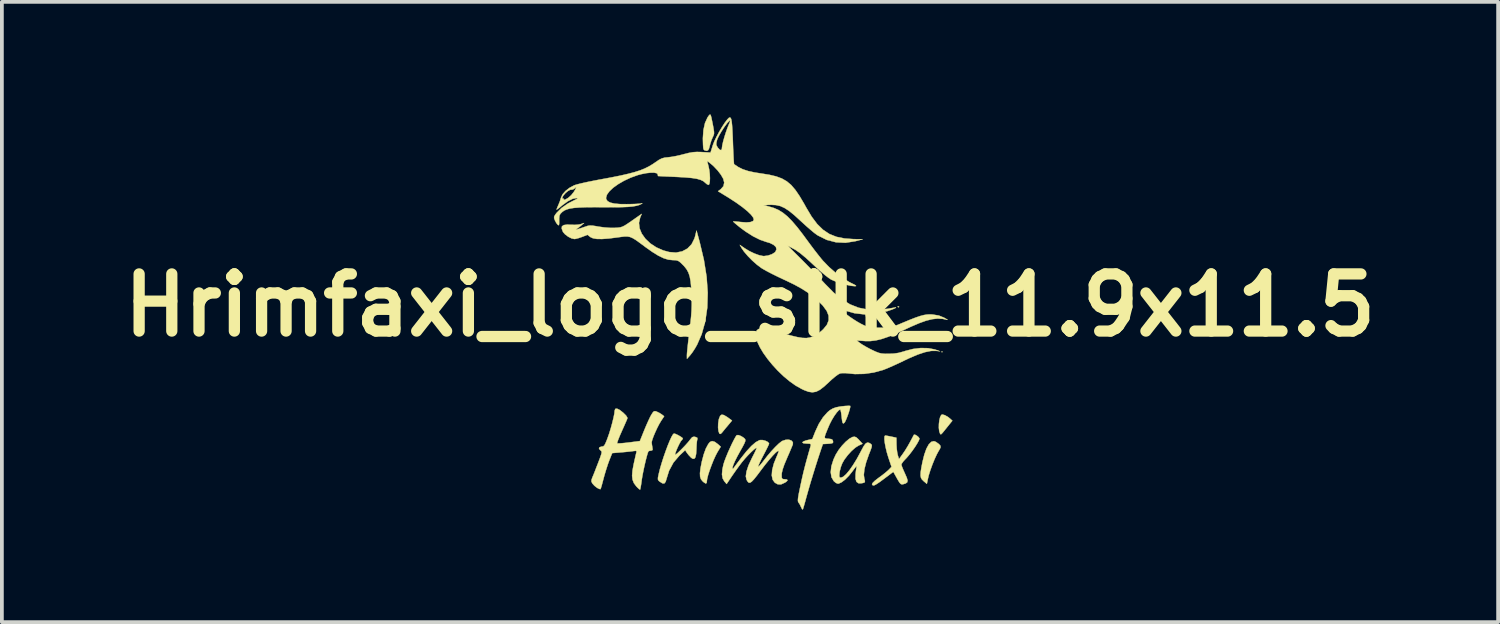
<source format=kicad_pcb>
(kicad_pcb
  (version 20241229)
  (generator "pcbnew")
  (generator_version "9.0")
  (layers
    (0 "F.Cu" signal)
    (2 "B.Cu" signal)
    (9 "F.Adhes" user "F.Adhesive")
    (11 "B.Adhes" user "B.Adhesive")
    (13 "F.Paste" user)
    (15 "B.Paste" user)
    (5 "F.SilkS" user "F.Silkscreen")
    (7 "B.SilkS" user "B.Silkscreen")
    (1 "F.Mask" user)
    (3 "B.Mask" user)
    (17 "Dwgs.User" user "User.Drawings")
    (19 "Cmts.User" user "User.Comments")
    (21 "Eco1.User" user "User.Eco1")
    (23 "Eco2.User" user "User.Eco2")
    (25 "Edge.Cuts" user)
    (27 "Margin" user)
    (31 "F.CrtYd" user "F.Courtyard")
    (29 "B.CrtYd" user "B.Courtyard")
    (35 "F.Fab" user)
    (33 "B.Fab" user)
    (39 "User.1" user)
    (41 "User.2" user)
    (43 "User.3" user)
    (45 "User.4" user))
  (footprint "Hrimfaxi_logo_silk_11.9x11.5"
    (layer "F.Cu")
    (at 16.953 5.09)
    (property "Reference" "Hrimfaxi_logo_silk_11.9x11.5" (at 0 0 0) (layer "F.SilkS") (effects (font (size 1.524 1.524) (thickness 0.3))))
    (attr through_hole)
    (fp_poly (pts (xy 5.133 1.243) (xy 5.12 1.257) (xy 5.107 1.243) (xy 5.12 1.23) (xy 5.133 1.243)) (stroke (width 0.01) (type solid)) (fill yes) (layer "F.SilkS"))
    (fp_poly (pts (xy 3.975 0.036) (xy 3.971 0.052) (xy 3.957 0.053) (xy 3.935 0.044) (xy 3.939 0.036) (xy 3.971 0.032) (xy 3.975 0.036)) (stroke (width 0.01) (type solid)) (fill yes) (layer "F.SilkS"))
    (fp_poly (pts (xy -0.699 2.929) (xy -0.614 2.979) (xy -0.591 2.995) (xy -0.48 3.076) (xy -0.586 3.203) (xy -0.653 3.282) (xy -0.712 3.354) (xy -0.742 3.392) (xy -0.781 3.432) (xy -0.808 3.43) (xy -0.819 3.418) (xy -0.841 3.358) (xy -0.852 3.265) (xy -0.849 3.157) (xy -0.834 3.053) (xy -0.826 3.024) (xy -0.796 2.95) (xy -0.756 2.919) (xy -0.699 2.929)) (stroke (width 0.01) (type solid)) (fill yes) (layer "F.SilkS"))
    (fp_poly (pts (xy 5.197 2.933) (xy 5.285 2.984) (xy 5.338 3.027) (xy 5.396 3.08) (xy 5.248 3.264) (xy 5.175 3.355) (xy 5.128 3.411) (xy 5.1 3.439) (xy 5.084 3.443) (xy 5.073 3.432) (xy 5.069 3.426) (xy 5.046 3.36) (xy 5.036 3.269) (xy 5.038 3.167) (xy 5.05 3.067) (xy 5.071 2.982) (xy 5.1 2.928) (xy 5.125 2.914) (xy 5.197 2.933)) (stroke (width 0.01) (type solid)) (fill yes) (layer "F.SilkS"))
    (fp_poly (pts (xy 4.958 3.646) (xy 5.039 3.704) (xy 5.079 3.75) (xy 5.08 3.797) (xy 5.049 3.858) (xy 5.038 3.874) (xy 4.985 3.97) (xy 4.924 4.101) (xy 4.863 4.251) (xy 4.808 4.403) (xy 4.765 4.541) (xy 4.749 4.608) (xy 4.716 4.764) (xy 4.631 4.693) (xy 4.587 4.65) (xy 4.559 4.602) (xy 4.548 4.541) (xy 4.551 4.456) (xy 4.569 4.338) (xy 4.598 4.188) (xy 4.648 3.986) (xy 4.705 3.826) (xy 4.768 3.711) (xy 4.835 3.644) (xy 4.905 3.626) (xy 4.958 3.646)) (stroke (width 0.01) (type solid)) (fill yes) (layer "F.SilkS"))
    (fp_poly (pts (xy -0.941 3.644) (xy -0.851 3.71) (xy -0.839 3.722) (xy -0.781 3.774) (xy -0.869 3.918) (xy -0.919 4.013) (xy -0.974 4.134) (xy -1.028 4.27) (xy -1.078 4.406) (xy -1.118 4.53) (xy -1.143 4.629) (xy -1.15 4.681) (xy -1.157 4.74) (xy -1.181 4.755) (xy -1.229 4.726) (xy -1.266 4.694) (xy -1.308 4.641) (xy -1.331 4.572) (xy -1.335 4.48) (xy -1.321 4.354) (xy -1.289 4.188) (xy -1.283 4.162) (xy -1.234 3.976) (xy -1.177 3.821) (xy -1.114 3.704) (xy -1.067 3.647) (xy -1.011 3.624) (xy -0.941 3.644)) (stroke (width 0.01) (type solid)) (fill yes) (layer "F.SilkS"))
    (fp_poly (pts (xy -1.047 -5.063) (xy -1.031 -5.006) (xy -1.011 -4.908) (xy -0.998 -4.846) (xy -0.975 -4.724) (xy -0.962 -4.641) (xy -0.959 -4.585) (xy -0.967 -4.543) (xy -0.985 -4.502) (xy -0.992 -4.488) (xy -1.027 -4.407) (xy -1.06 -4.306) (xy -1.072 -4.258) (xy -1.095 -4.175) (xy -1.119 -4.132) (xy -1.152 -4.118) (xy -1.164 -4.117) (xy -1.219 -4.134) (xy -1.24 -4.16) (xy -1.248 -4.204) (xy -1.253 -4.287) (xy -1.256 -4.395) (xy -1.257 -4.453) (xy -1.242 -4.673) (xy -1.2 -4.861) (xy -1.131 -5.011) (xy -1.099 -5.056) (xy -1.078 -5.08) (xy -1.061 -5.085) (xy -1.047 -5.063)) (stroke (width 0.01) (type solid)) (fill yes) (layer "F.SilkS"))
    (fp_poly (pts (xy -1.985 3.434) (xy -1.921 3.464) (xy -1.856 3.501) (xy -1.807 3.535) (xy -1.791 3.555) (xy -1.811 3.59) (xy -1.821 3.598) (xy -1.848 3.631) (xy -1.885 3.698) (xy -1.926 3.782) (xy -1.963 3.868) (xy -1.99 3.941) (xy -2 3.985) (xy -1.999 3.988) (xy -1.979 3.981) (xy -1.932 3.943) (xy -1.867 3.881) (xy -1.792 3.806) (xy -1.715 3.725) (xy -1.646 3.647) (xy -1.593 3.58) (xy -1.587 3.572) (xy -1.542 3.52) (xy -1.496 3.507) (xy -1.459 3.513) (xy -1.408 3.534) (xy -1.402 3.567) (xy -1.406 3.577) (xy -1.416 3.625) (xy -1.424 3.709) (xy -1.429 3.813) (xy -1.429 3.83) (xy -1.438 3.969) (xy -1.458 4.058) (xy -1.491 4.097) (xy -1.538 4.09) (xy -1.579 4.058) (xy -1.64 3.993) (xy -1.687 3.931) (xy -1.729 3.866) (xy -1.885 4.012) (xy -2.042 4.196) (xy -2.159 4.413) (xy -2.223 4.617) (xy -2.251 4.71) (xy -2.287 4.754) (xy -2.337 4.75) (xy -2.405 4.708) (xy -2.44 4.678) (xy -2.456 4.646) (xy -2.455 4.598) (xy -2.438 4.516) (xy -2.435 4.501) (xy -2.401 4.363) (xy -2.356 4.21) (xy -2.305 4.05) (xy -2.25 3.893) (xy -2.195 3.745) (xy -2.142 3.616) (xy -2.095 3.514) (xy -2.056 3.447) (xy -2.029 3.422) (xy -2.029 3.422) (xy -1.985 3.434)) (stroke (width 0.01) (type solid)) (fill yes) (layer "F.SilkS"))
    (fp_poly (pts (xy 4.448 3.479) (xy 4.493 3.516) (xy 4.518 3.552) (xy 4.519 3.558) (xy 4.503 3.607) (xy 4.46 3.685) (xy 4.399 3.782) (xy 4.326 3.886) (xy 4.249 3.986) (xy 4.177 4.071) (xy 4.146 4.103) (xy 4.086 4.168) (xy 4.047 4.224) (xy 4.037 4.251) (xy 4.048 4.293) (xy 4.078 4.369) (xy 4.12 4.464) (xy 4.132 4.49) (xy 4.181 4.601) (xy 4.202 4.676) (xy 4.192 4.723) (xy 4.151 4.753) (xy 4.087 4.773) (xy 4.048 4.778) (xy 4.017 4.765) (xy 3.983 4.725) (xy 3.937 4.649) (xy 3.919 4.617) (xy 3.822 4.443) (xy 3.576 4.628) (xy 3.457 4.716) (xy 3.373 4.772) (xy 3.317 4.802) (xy 3.281 4.807) (xy 3.261 4.791) (xy 3.254 4.777) (xy 3.268 4.743) (xy 3.324 4.687) (xy 3.418 4.613) (xy 3.434 4.601) (xy 3.532 4.529) (xy 3.622 4.457) (xy 3.688 4.4) (xy 3.701 4.387) (xy 3.774 4.311) (xy 3.69 4.061) (xy 3.65 3.927) (xy 3.618 3.794) (xy 3.595 3.673) (xy 3.584 3.573) (xy 3.586 3.504) (xy 3.602 3.476) (xy 3.604 3.476) (xy 3.646 3.481) (xy 3.719 3.495) (xy 3.769 3.505) (xy 3.904 3.534) (xy 3.906 3.712) (xy 3.912 3.824) (xy 3.926 3.932) (xy 3.94 3.997) (xy 3.973 4.104) (xy 4.071 3.97) (xy 4.135 3.876) (xy 4.206 3.76) (xy 4.268 3.65) (xy 4.315 3.561) (xy 4.351 3.493) (xy 4.37 3.457) (xy 4.372 3.455) (xy 4.401 3.454) (xy 4.448 3.479)) (stroke (width 0.01) (type solid)) (fill yes) (layer "F.SilkS"))
    (fp_poly (pts (xy 2.838 3.527) (xy 2.895 3.58) (xy 2.908 3.595) (xy 3.001 3.696) (xy 2.897 3.742) (xy 2.807 3.799) (xy 2.705 3.89) (xy 2.604 4.001) (xy 2.515 4.119) (xy 2.46 4.216) (xy 2.42 4.32) (xy 2.392 4.431) (xy 2.386 4.472) (xy 2.38 4.549) (xy 2.388 4.586) (xy 2.412 4.598) (xy 2.427 4.599) (xy 2.486 4.575) (xy 2.563 4.507) (xy 2.652 4.401) (xy 2.749 4.261) (xy 2.852 4.093) (xy 2.955 3.902) (xy 2.968 3.877) (xy 3.03 3.762) (xy 3.08 3.693) (xy 3.126 3.664) (xy 3.175 3.671) (xy 3.22 3.698) (xy 3.241 3.718) (xy 3.249 3.743) (xy 3.243 3.785) (xy 3.22 3.854) (xy 3.178 3.961) (xy 3.173 3.972) (xy 3.097 4.189) (xy 3.05 4.375) (xy 3.035 4.526) (xy 3.048 4.624) (xy 3.065 4.691) (xy 3.059 4.723) (xy 3.02 4.739) (xy 2.977 4.748) (xy 2.894 4.749) (xy 2.84 4.711) (xy 2.814 4.631) (xy 2.815 4.507) (xy 2.826 4.41) (xy 2.839 4.329) (xy 2.849 4.291) (xy 2.844 4.287) (xy 2.814 4.32) (xy 2.765 4.384) (xy 2.735 4.425) (xy 2.637 4.548) (xy 2.537 4.649) (xy 2.443 4.721) (xy 2.365 4.757) (xy 2.343 4.759) (xy 2.294 4.741) (xy 2.238 4.696) (xy 2.235 4.692) (xy 2.173 4.588) (xy 2.152 4.453) (xy 2.17 4.294) (xy 2.227 4.115) (xy 2.288 3.983) (xy 2.362 3.863) (xy 2.454 3.745) (xy 2.553 3.641) (xy 2.649 3.561) (xy 2.731 3.516) (xy 2.742 3.513) (xy 2.793 3.508) (xy 2.838 3.527)) (stroke (width 0.01) (type solid)) (fill yes) (layer "F.SilkS"))
    (fp_poly (pts (xy 2.669 2.685) (xy 2.672 2.686) (xy 2.673 2.715) (xy 2.658 2.779) (xy 2.632 2.865) (xy 2.599 2.958) (xy 2.565 3.044) (xy 2.534 3.11) (xy 2.515 3.137) (xy 2.489 3.154) (xy 2.471 3.14) (xy 2.457 3.087) (xy 2.445 2.99) (xy 2.442 2.958) (xy 2.431 2.869) (xy 2.417 2.805) (xy 2.405 2.781) (xy 2.366 2.803) (xy 2.311 2.863) (xy 2.248 2.951) (xy 2.184 3.056) (xy 2.127 3.167) (xy 2.104 3.218) (xy 2.048 3.353) (xy 2.011 3.445) (xy 1.994 3.504) (xy 1.996 3.537) (xy 2.016 3.553) (xy 2.054 3.559) (xy 2.091 3.561) (xy 2.166 3.571) (xy 2.202 3.593) (xy 2.214 3.628) (xy 2.214 3.663) (xy 2.192 3.682) (xy 2.136 3.691) (xy 2.083 3.695) (xy 1.943 3.703) (xy 1.879 3.89) (xy 1.816 4.081) (xy 1.747 4.297) (xy 1.677 4.524) (xy 1.609 4.747) (xy 1.55 4.951) (xy 1.502 5.121) (xy 1.496 5.143) (xy 1.464 5.261) (xy 1.436 5.358) (xy 1.416 5.424) (xy 1.406 5.448) (xy 1.388 5.436) (xy 1.364 5.389) (xy 1.362 5.385) (xy 1.329 5.315) (xy 1.297 5.267) (xy 1.282 5.242) (xy 1.277 5.203) (xy 1.282 5.14) (xy 1.298 5.043) (xy 1.323 4.919) (xy 1.355 4.768) (xy 1.39 4.607) (xy 1.424 4.46) (xy 1.443 4.385) (xy 1.47 4.278) (xy 1.497 4.176) (xy 1.528 4.065) (xy 1.565 3.932) (xy 1.614 3.762) (xy 1.621 3.736) (xy 1.622 3.708) (xy 1.594 3.694) (xy 1.526 3.69) (xy 1.51 3.69) (xy 1.429 3.683) (xy 1.397 3.664) (xy 1.414 3.639) (xy 1.478 3.612) (xy 1.535 3.597) (xy 1.662 3.569) (xy 1.741 3.369) (xy 1.835 3.166) (xy 1.946 2.991) (xy 2.067 2.854) (xy 2.129 2.802) (xy 2.208 2.755) (xy 2.297 2.723) (xy 2.416 2.701) (xy 2.444 2.697) (xy 2.544 2.687) (xy 2.624 2.683) (xy 2.669 2.685)) (stroke (width 0.01) (type solid)) (fill yes) (layer "F.SilkS"))
    (fp_poly (pts (xy -2.93 -2.337) (xy -2.962 -2.196) (xy -2.946 -2.051) (xy -2.887 -1.908) (xy -2.789 -1.771) (xy -2.658 -1.647) (xy -2.498 -1.542) (xy -2.314 -1.461) (xy -2.157 -1.418) (xy -1.974 -1.403) (xy -1.809 -1.436) (xy -1.668 -1.512) (xy -1.557 -1.628) (xy -1.481 -1.782) (xy -1.466 -1.833) (xy -1.427 -1.992) (xy -1.343 -1.684) (xy -1.23 -1.209) (xy -1.158 -0.758) (xy -1.128 -0.333) (xy -1.14 0.065) (xy -1.194 0.434) (xy -1.289 0.773) (xy -1.409 1.048) (xy -1.469 1.154) (xy -1.536 1.256) (xy -1.592 1.329) (xy -1.682 1.43) (xy -1.683 1.334) (xy -1.68 1.278) (xy -1.671 1.18) (xy -1.657 1.047) (xy -1.639 0.891) (xy -1.619 0.721) (xy -1.615 0.692) (xy -1.589 0.478) (xy -1.571 0.301) (xy -1.56 0.147) (xy -1.555 0.002) (xy -1.555 -0.149) (xy -1.558 -0.254) (xy -1.568 -0.465) (xy -1.584 -0.633) (xy -1.608 -0.765) (xy -1.643 -0.871) (xy -1.693 -0.961) (xy -1.758 -1.043) (xy -1.791 -1.076) (xy -1.862 -1.145) (xy -1.916 -1.183) (xy -1.971 -1.199) (xy -2.046 -1.203) (xy -2.062 -1.203) (xy -2.178 -1.215) (xy -2.302 -1.253) (xy -2.442 -1.32) (xy -2.604 -1.42) (xy -2.795 -1.555) (xy -2.798 -1.558) (xy -2.938 -1.662) (xy -3.044 -1.738) (xy -3.128 -1.789) (xy -3.2 -1.82) (xy -3.27 -1.833) (xy -3.348 -1.833) (xy -3.446 -1.821) (xy -3.542 -1.808) (xy -3.768 -1.779) (xy -3.948 -1.766) (xy -4.086 -1.768) (xy -4.187 -1.785) (xy -4.257 -1.817) (xy -4.262 -1.821) (xy -4.334 -1.878) (xy -4.482 -1.821) (xy -4.572 -1.79) (xy -4.649 -1.77) (xy -4.684 -1.765) (xy -4.761 -1.783) (xy -4.851 -1.829) (xy -4.933 -1.891) (xy -4.988 -1.954) (xy -4.989 -1.957) (xy -5.022 -2.043) (xy -5.016 -2.103) (xy -4.968 -2.137) (xy -4.874 -2.15) (xy -4.771 -2.145) (xy -4.665 -2.143) (xy -4.567 -2.151) (xy -4.514 -2.162) (xy -4.425 -2.192) (xy -4.495 -2.132) (xy -4.559 -2.08) (xy -4.615 -2.04) (xy -4.642 -2.021) (xy -4.626 -2.02) (xy -4.585 -2.031) (xy -4.509 -2.055) (xy -4.416 -2.087) (xy -4.388 -2.096) (xy -4.326 -2.117) (xy -4.27 -2.125) (xy -4.203 -2.123) (xy -4.111 -2.109) (xy -4.042 -2.096) (xy -3.89 -2.075) (xy -3.731 -2.063) (xy -3.611 -2.063) (xy -3.524 -2.068) (xy -3.458 -2.077) (xy -3.399 -2.096) (xy -3.335 -2.129) (xy -3.252 -2.183) (xy -3.149 -2.254) (xy -2.889 -2.436) (xy -2.93 -2.337)) (stroke (width 0.01) (type solid)) (fill yes) (layer "F.SilkS"))
    (fp_poly (pts (xy -3.476 2.793) (xy -3.384 2.865) (xy -3.307 2.941) (xy -3.272 2.998) (xy -3.271 3.019) (xy -3.287 3.059) (xy -3.32 3.136) (xy -3.366 3.24) (xy -3.42 3.36) (xy -3.422 3.365) (xy -3.473 3.481) (xy -3.513 3.58) (xy -3.538 3.65) (xy -3.545 3.683) (xy -3.545 3.683) (xy -3.514 3.686) (xy -3.441 3.682) (xy -3.338 3.673) (xy -3.233 3.661) (xy -2.937 3.623) (xy -2.822 3.337) (xy -2.768 3.208) (xy -2.713 3.085) (xy -2.665 2.983) (xy -2.637 2.931) (xy -2.593 2.861) (xy -2.561 2.829) (xy -2.526 2.826) (xy -2.493 2.836) (xy -2.415 2.874) (xy -2.355 2.912) (xy -2.29 2.962) (xy -2.373 3.087) (xy -2.423 3.171) (xy -2.477 3.277) (xy -2.53 3.392) (xy -2.576 3.502) (xy -2.609 3.594) (xy -2.623 3.654) (xy -2.623 3.659) (xy -2.617 3.716) (xy -2.605 3.79) (xy -2.597 3.85) (xy -2.613 3.873) (xy -2.642 3.877) (xy -2.693 3.887) (xy -2.711 3.899) (xy -2.73 3.947) (xy -2.755 4.035) (xy -2.785 4.151) (xy -2.816 4.284) (xy -2.845 4.42) (xy -2.87 4.549) (xy -2.888 4.658) (xy -2.889 4.67) (xy -2.904 4.777) (xy -2.918 4.861) (xy -2.929 4.911) (xy -2.932 4.918) (xy -2.954 4.907) (xy -2.999 4.866) (xy -3.035 4.828) (xy -3.097 4.744) (xy -3.133 4.653) (xy -3.145 4.546) (xy -3.134 4.41) (xy -3.105 4.251) (xy -3.079 4.134) (xy -3.056 4.031) (xy -3.039 3.958) (xy -3.033 3.936) (xy -3.025 3.898) (xy -3.042 3.884) (xy -3.096 3.888) (xy -3.118 3.891) (xy -3.195 3.901) (xy -3.303 3.912) (xy -3.424 3.923) (xy -3.449 3.925) (xy -3.676 3.944) (xy -3.751 4.131) (xy -3.791 4.24) (xy -3.836 4.379) (xy -3.88 4.526) (xy -3.902 4.606) (xy -3.933 4.723) (xy -3.959 4.819) (xy -3.979 4.884) (xy -3.988 4.906) (xy -4.016 4.901) (xy -4.07 4.875) (xy -4.08 4.869) (xy -4.149 4.815) (xy -4.203 4.755) (xy -4.229 4.705) (xy -4.228 4.659) (xy -4.206 4.597) (xy -4.18 4.536) (xy -4.141 4.438) (xy -4.095 4.318) (xy -4.051 4.206) (xy -4.003 4.079) (xy -3.973 3.993) (xy -3.958 3.939) (xy -3.958 3.906) (xy -3.97 3.886) (xy -3.991 3.869) (xy -4.028 3.827) (xy -4.016 3.79) (xy -3.963 3.771) (xy -3.946 3.77) (xy -3.913 3.763) (xy -3.884 3.737) (xy -3.854 3.681) (xy -3.815 3.586) (xy -3.801 3.549) (xy -3.756 3.421) (xy -3.712 3.277) (xy -3.672 3.131) (xy -3.639 2.995) (xy -3.617 2.885) (xy -3.61 2.814) (xy -3.594 2.765) (xy -3.549 2.758) (xy -3.476 2.793)) (stroke (width 0.01) (type solid)) (fill yes) (layer "F.SilkS"))
    (fp_poly (pts (xy -0.243 3.489) (xy -0.176 3.529) (xy -0.135 3.567) (xy -0.124 3.592) (xy -0.128 3.629) (xy -0.151 3.686) (xy -0.196 3.773) (xy -0.255 3.878) (xy -0.339 4.031) (xy -0.404 4.161) (xy -0.448 4.263) (xy -0.468 4.331) (xy -0.466 4.356) (xy -0.447 4.356) (xy -0.429 4.331) (xy -0.385 4.273) (xy -0.323 4.189) (xy -0.247 4.088) (xy -0.244 4.084) (xy -0.096 3.898) (xy 0.037 3.754) (xy 0.152 3.654) (xy 0.248 3.602) (xy 0.267 3.596) (xy 0.334 3.596) (xy 0.409 3.615) (xy 0.472 3.646) (xy 0.506 3.682) (xy 0.508 3.691) (xy 0.496 3.724) (xy 0.463 3.794) (xy 0.415 3.89) (xy 0.359 3.998) (xy 0.301 4.109) (xy 0.255 4.204) (xy 0.226 4.273) (xy 0.218 4.304) (xy 0.237 4.297) (xy 0.278 4.254) (xy 0.335 4.184) (xy 0.36 4.151) (xy 0.461 4.021) (xy 0.569 3.894) (xy 0.674 3.781) (xy 0.768 3.69) (xy 0.843 3.631) (xy 0.861 3.62) (xy 0.953 3.589) (xy 1.038 3.587) (xy 1.105 3.61) (xy 1.143 3.656) (xy 1.142 3.71) (xy 1.126 3.751) (xy 1.093 3.83) (xy 1.048 3.937) (xy 0.994 4.059) (xy 0.987 4.077) (xy 0.915 4.247) (xy 0.87 4.378) (xy 0.847 4.477) (xy 0.844 4.519) (xy 0.845 4.593) (xy 0.858 4.628) (xy 0.891 4.639) (xy 0.915 4.64) (xy 0.984 4.648) (xy 1.002 4.67) (xy 0.968 4.707) (xy 0.932 4.731) (xy 0.831 4.777) (xy 0.744 4.778) (xy 0.662 4.733) (xy 0.604 4.654) (xy 0.58 4.54) (xy 0.591 4.395) (xy 0.635 4.225) (xy 0.698 4.068) (xy 0.735 3.981) (xy 0.759 3.916) (xy 0.765 3.885) (xy 0.765 3.884) (xy 0.736 3.891) (xy 0.68 3.936) (xy 0.603 4.016) (xy 0.508 4.125) (xy 0.4 4.258) (xy 0.289 4.404) (xy 0.184 4.544) (xy 0.104 4.643) (xy 0.045 4.705) (xy 0.000365 4.734) (xy -0.034 4.732) (xy -0.064 4.703) (xy -0.093 4.653) (xy -0.112 4.563) (xy -0.094 4.436) (xy -0.042 4.277) (xy 0.046 4.086) (xy 0.069 4.04) (xy 0.119 3.942) (xy 0.156 3.863) (xy 0.175 3.814) (xy 0.176 3.804) (xy 0.15 3.813) (xy 0.098 3.854) (xy 0.027 3.92) (xy -0.053 4.001) (xy -0.135 4.09) (xy -0.209 4.179) (xy -0.212 4.182) (xy -0.289 4.284) (xy -0.378 4.407) (xy -0.463 4.529) (xy -0.482 4.556) (xy -0.624 4.768) (xy -0.686 4.695) (xy -0.731 4.616) (xy -0.748 4.512) (xy -0.736 4.375) (xy -0.707 4.242) (xy -0.681 4.16) (xy -0.64 4.053) (xy -0.59 3.931) (xy -0.533 3.804) (xy -0.477 3.684) (xy -0.424 3.58) (xy -0.382 3.504) (xy -0.353 3.466) (xy -0.352 3.465) (xy -0.308 3.464) (xy -0.243 3.489)) (stroke (width 0.01) (type solid)) (fill yes) (layer "F.SilkS"))
    (fp_poly (pts (xy -0.52 -4.999) (xy -0.503 -4.966) (xy -0.49 -4.902) (xy -0.479 -4.802) (xy -0.47 -4.661) (xy -0.461 -4.475) (xy -0.456 -4.338) (xy -0.45 -4.169) (xy -0.443 -4.02) (xy -0.437 -3.897) (xy -0.431 -3.81) (xy -0.427 -3.765) (xy -0.425 -3.761) (xy -0.313 -3.685) (xy -0.192 -3.625) (xy -0.049 -3.578) (xy 0.126 -3.54) (xy 0.3 -3.513) (xy 0.517 -3.478) (xy 0.697 -3.435) (xy 0.849 -3.379) (xy 0.98 -3.304) (xy 1.098 -3.205) (xy 1.21 -3.074) (xy 1.323 -2.908) (xy 1.446 -2.7) (xy 1.497 -2.607) (xy 1.644 -2.361) (xy 1.791 -2.165) (xy 1.946 -2.013) (xy 2.115 -1.9) (xy 2.304 -1.824) (xy 2.52 -1.78) (xy 2.771 -1.762) (xy 2.791 -1.762) (xy 3.008 -1.759) (xy 2.807 -1.707) (xy 2.548 -1.666) (xy 2.294 -1.678) (xy 2.048 -1.742) (xy 1.814 -1.858) (xy 1.78 -1.88) (xy 1.711 -1.931) (xy 1.615 -2.011) (xy 1.503 -2.108) (xy 1.385 -2.216) (xy 1.338 -2.259) (xy 1.177 -2.406) (xy 1.041 -2.516) (xy 0.921 -2.594) (xy 0.808 -2.645) (xy 0.692 -2.671) (xy 0.564 -2.678) (xy 0.468 -2.675) (xy 0.361 -2.668) (xy 0.499 -2.634) (xy 0.634 -2.594) (xy 0.758 -2.54) (xy 0.876 -2.467) (xy 0.994 -2.371) (xy 1.118 -2.246) (xy 1.254 -2.087) (xy 1.407 -1.89) (xy 1.508 -1.752) (xy 1.613 -1.61) (xy 1.719 -1.469) (xy 1.819 -1.341) (xy 1.902 -1.237) (xy 1.949 -1.182) (xy 2.108 -1.018) (xy 2.287 -0.862) (xy 2.471 -0.725) (xy 2.644 -0.619) (xy 2.686 -0.597) (xy 2.776 -0.553) (xy 2.822 -0.526) (xy 2.829 -0.512) (xy 2.802 -0.508) (xy 2.791 -0.508) (xy 2.693 -0.518) (xy 2.564 -0.546) (xy 2.423 -0.585) (xy 2.288 -0.631) (xy 2.176 -0.679) (xy 2.158 -0.688) (xy 2.092 -0.732) (xy 1.998 -0.805) (xy 1.886 -0.9) (xy 1.766 -1.008) (xy 1.685 -1.083) (xy 1.496 -1.257) (xy 1.337 -1.389) (xy 1.209 -1.478) (xy 1.178 -1.495) (xy 1.006 -1.586) (xy 1.366 -1.228) (xy 1.506 -1.087) (xy 1.656 -0.933) (xy 1.804 -0.78) (xy 1.935 -0.64) (xy 2 -0.57) (xy 2.227 -0.34) (xy 2.447 -0.159) (xy 2.665 -0.024) (xy 2.891 0.066) (xy 3.129 0.114) (xy 3.388 0.123) (xy 3.674 0.095) (xy 3.85 0.064) (xy 3.892 0.058) (xy 3.891 0.068) (xy 3.851 0.089) (xy 3.78 0.118) (xy 3.683 0.151) (xy 3.663 0.158) (xy 3.365 0.229) (xy 3.073 0.247) (xy 2.789 0.214) (xy 2.601 0.161) (xy 2.52 0.134) (xy 2.461 0.119) (xy 2.44 0.118) (xy 2.451 0.141) (xy 2.498 0.186) (xy 2.572 0.245) (xy 2.664 0.312) (xy 2.764 0.38) (xy 2.864 0.443) (xy 2.953 0.493) (xy 2.966 0.5) (xy 3.058 0.545) (xy 3.129 0.574) (xy 3.197 0.59) (xy 3.277 0.598) (xy 3.386 0.601) (xy 3.462 0.601) (xy 3.586 0.601) (xy 3.679 0.596) (xy 3.757 0.585) (xy 3.835 0.563) (xy 3.93 0.528) (xy 4.057 0.475) (xy 4.064 0.472) (xy 4.257 0.392) (xy 4.41 0.332) (xy 4.533 0.29) (xy 4.633 0.263) (xy 4.719 0.249) (xy 4.801 0.245) (xy 4.866 0.248) (xy 5.034 0.275) (xy 5.174 0.332) (xy 5.237 0.368) (xy 5.269 0.389) (xy 5.264 0.391) (xy 5.134 0.363) (xy 5.002 0.356) (xy 4.858 0.372) (xy 4.697 0.412) (xy 4.51 0.479) (xy 4.291 0.573) (xy 4.145 0.641) (xy 3.902 0.754) (xy 3.694 0.839) (xy 3.515 0.9) (xy 3.357 0.938) (xy 3.211 0.956) (xy 3.069 0.956) (xy 3.049 0.954) (xy 2.847 0.94) (xy 2.928 1.006) (xy 2.988 1.047) (xy 3.081 1.102) (xy 3.189 1.161) (xy 3.235 1.184) (xy 3.347 1.237) (xy 3.431 1.27) (xy 3.507 1.288) (xy 3.594 1.295) (xy 3.69 1.296) (xy 3.836 1.29) (xy 3.964 1.271) (xy 4.102 1.233) (xy 4.144 1.219) (xy 4.346 1.167) (xy 4.553 1.142) (xy 4.75 1.146) (xy 4.921 1.178) (xy 4.946 1.186) (xy 5.067 1.229) (xy 4.961 1.217) (xy 4.828 1.219) (xy 4.665 1.252) (xy 4.469 1.317) (xy 4.238 1.416) (xy 4.114 1.475) (xy 3.966 1.546) (xy 3.817 1.614) (xy 3.683 1.673) (xy 3.576 1.716) (xy 3.544 1.728) (xy 3.298 1.795) (xy 3.043 1.831) (xy 2.799 1.836) (xy 2.688 1.825) (xy 2.556 1.812) (xy 2.45 1.812) (xy 2.4 1.82) (xy 2.347 1.848) (xy 2.268 1.906) (xy 2.177 1.983) (xy 2.115 2.041) (xy 1.977 2.168) (xy 1.863 2.256) (xy 1.762 2.307) (xy 1.664 2.323) (xy 1.56 2.308) (xy 1.44 2.263) (xy 1.377 2.233) (xy 1.215 2.142) (xy 1.052 2.026) (xy 0.893 1.893) (xy 0.74 1.746) (xy 0.597 1.59) (xy 0.467 1.431) (xy 0.355 1.274) (xy 0.264 1.122) (xy 0.197 0.981) (xy 0.158 0.857) (xy 0.15 0.753) (xy 0.178 0.675) (xy 0.221 0.638) (xy 0.275 0.622) (xy 0.355 0.622) (xy 0.465 0.639) (xy 0.613 0.673) (xy 0.802 0.726) (xy 0.884 0.75) (xy 1.093 0.81) (xy 1.26 0.85) (xy 1.394 0.872) (xy 1.504 0.876) (xy 1.598 0.862) (xy 1.684 0.832) (xy 1.698 0.826) (xy 1.793 0.771) (xy 1.895 0.695) (xy 1.954 0.641) (xy 2.051 0.522) (xy 2.098 0.402) (xy 2.096 0.278) (xy 2.044 0.148) (xy 2.003 0.094) (xy 2.38 0.094) (xy 2.393 0.107) (xy 2.406 0.094) (xy 2.393 0.08) (xy 2.38 0.094) (xy 2.003 0.094) (xy 1.941 0.009) (xy 1.823 -0.109) (xy 1.679 -0.233) (xy 1.531 -0.344) (xy 1.369 -0.447) (xy 1.182 -0.55) (xy 0.957 -0.659) (xy 0.885 -0.692) (xy 0.733 -0.764) (xy 0.583 -0.838) (xy 0.449 -0.908) (xy 0.344 -0.967) (xy 0.306 -0.99) (xy 0.188 -1.078) (xy 0.062 -1.189) (xy -0.058 -1.311) (xy -0.159 -1.429) (xy -0.224 -1.522) (xy -0.273 -1.609) (xy -0.136 -1.515) (xy -0.015 -1.442) (xy 0.117 -1.379) (xy 0.244 -1.333) (xy 0.349 -1.311) (xy 0.371 -1.31) (xy 0.479 -1.324) (xy 0.584 -1.36) (xy 0.663 -1.41) (xy 0.673 -1.42) (xy 0.706 -1.488) (xy 0.69 -1.554) (xy 0.625 -1.613) (xy 0.517 -1.664) (xy 0.437 -1.687) (xy 0.271 -1.744) (xy 0.084 -1.837) (xy -0.113 -1.962) (xy -0.249 -2.061) (xy -0.336 -2.131) (xy -0.404 -2.188) (xy -0.443 -2.224) (xy -0.449 -2.234) (xy -0.42 -2.235) (xy -0.352 -2.23) (xy -0.26 -2.22) (xy -0.251 -2.219) (xy -0.101 -2.208) (xy 0.01 -2.217) (xy 0.08 -2.244) (xy 0.102 -2.278) (xy 0.087 -2.335) (xy 0.029 -2.413) (xy -0.069 -2.508) (xy -0.203 -2.617) (xy -0.368 -2.736) (xy -0.562 -2.862) (xy -0.604 -2.888) (xy -0.853 -3.04) (xy -0.778 -3.096) (xy -0.708 -3.175) (xy -0.688 -3.271) (xy -0.713 -3.371) (xy -0.773 -3.476) (xy -0.863 -3.594) (xy -0.969 -3.706) (xy -1.04 -3.768) (xy -1.145 -3.851) (xy -1.108 -3.71) (xy -1.087 -3.607) (xy -1.074 -3.496) (xy -1.069 -3.388) (xy -1.073 -3.296) (xy -1.085 -3.232) (xy -1.105 -3.208) (xy -1.149 -3.227) (xy -1.188 -3.26) (xy -1.243 -3.307) (xy -1.317 -3.343) (xy -1.418 -3.372) (xy -1.552 -3.393) (xy -1.726 -3.409) (xy -1.946 -3.421) (xy -1.965 -3.422) (xy -2.119 -3.429) (xy -2.254 -3.435) (xy -2.36 -3.44) (xy -2.429 -3.444) (xy -2.453 -3.445) (xy -2.459 -3.471) (xy -2.46 -3.489) (xy -2.484 -3.519) (xy -2.55 -3.534) (xy -2.648 -3.535) (xy -2.769 -3.522) (xy -2.902 -3.495) (xy -2.995 -3.47) (xy -3.183 -3.402) (xy -3.359 -3.32) (xy -3.516 -3.229) (xy -3.649 -3.134) (xy -3.751 -3.038) (xy -3.817 -2.946) (xy -3.84 -2.863) (xy -3.836 -2.83) (xy -3.8 -2.776) (xy -3.73 -2.737) (xy -3.621 -2.711) (xy -3.468 -2.697) (xy -3.294 -2.695) (xy -3.162 -2.697) (xy -3.044 -2.701) (xy -2.955 -2.707) (xy -2.907 -2.714) (xy -2.871 -2.721) (xy -2.883 -2.708) (xy -2.888 -2.705) (xy -2.949 -2.675) (xy -3.028 -2.652) (xy -3.13 -2.634) (xy -3.261 -2.622) (xy -3.428 -2.615) (xy -3.636 -2.613) (xy -3.89 -2.614) (xy -4.157 -2.615) (xy -4.377 -2.613) (xy -4.555 -2.606) (xy -4.696 -2.595) (xy -4.806 -2.578) (xy -4.891 -2.554) (xy -4.957 -2.524) (xy -5.009 -2.486) (xy -5.009 -2.486) (xy -5.058 -2.437) (xy -5.083 -2.389) (xy -5.09 -2.321) (xy -5.09 -2.261) (xy -5.09 -2.177) (xy -5.096 -2.138) (xy -5.111 -2.134) (xy -5.127 -2.145) (xy -5.166 -2.193) (xy -5.203 -2.262) (xy -5.205 -2.268) (xy -5.225 -2.323) (xy -5.223 -2.365) (xy -5.195 -2.414) (xy -5.159 -2.462) (xy -5.028 -2.593) (xy -4.854 -2.714) (xy -4.698 -2.794) (xy -4.624 -2.831) (xy -4.599 -2.852) (xy -4.62 -2.859) (xy -4.728 -2.839) (xy -4.858 -2.774) (xy -5.002 -2.669) (xy -5.015 -2.658) (xy -5.085 -2.599) (xy -5.137 -2.561) (xy -5.16 -2.549) (xy -5.16 -2.549) (xy -5.15 -2.581) (xy -5.124 -2.644) (xy -5.108 -2.68) (xy -5.072 -2.769) (xy -5.048 -2.842) (xy -5.011 -2.842) (xy -5.005 -2.844) (xy -4.977 -2.847) (xy -4.973 -2.836) (xy -4.963 -2.811) (xy -4.927 -2.817) (xy -4.86 -2.856) (xy -4.839 -2.871) (xy -4.768 -2.935) (xy -4.701 -3.019) (xy -4.681 -3.051) (xy -4.645 -3.118) (xy -4.635 -3.145) (xy -4.649 -3.139) (xy -4.673 -3.119) (xy -4.721 -3.087) (xy -4.751 -3.082) (xy -4.794 -3.079) (xy -4.856 -3.046) (xy -4.921 -2.992) (xy -4.975 -2.929) (xy -4.985 -2.914) (xy -5.01 -2.863) (xy -5.011 -2.842) (xy -5.048 -2.842) (xy -5.045 -2.852) (xy -5.039 -2.874) (xy -4.999 -2.959) (xy -4.92 -3.048) (xy -4.815 -3.13) (xy -4.696 -3.194) (xy -4.674 -3.203) (xy -4.604 -3.224) (xy -4.491 -3.252) (xy -4.348 -3.284) (xy -4.184 -3.317) (xy -4.009 -3.351) (xy -3.984 -3.355) (xy -3.694 -3.409) (xy -3.45 -3.458) (xy -3.246 -3.505) (xy -3.075 -3.55) (xy -2.931 -3.596) (xy -2.808 -3.646) (xy -2.697 -3.701) (xy -2.594 -3.763) (xy -2.521 -3.813) (xy -2.425 -3.878) (xy -2.349 -3.916) (xy -2.274 -3.936) (xy -2.194 -3.944) (xy -2.097 -3.956) (xy -1.97 -3.979) (xy -1.834 -4.01) (xy -1.774 -4.026) (xy -1.634 -4.061) (xy -1.522 -4.081) (xy -1.417 -4.088) (xy -1.296 -4.085) (xy -1.282 -4.084) (xy -1.053 -4.071) (xy -0.991 -4.27) (xy -0.97 -4.323) (xy -0.9 -4.323) (xy -0.898 -4.271) (xy -0.871 -4.221) (xy -0.857 -4.199) (xy -0.806 -4.145) (xy -0.769 -4.136) (xy -0.75 -4.174) (xy -0.749 -4.194) (xy -0.74 -4.261) (xy -0.717 -4.364) (xy -0.683 -4.486) (xy -0.643 -4.612) (xy -0.602 -4.729) (xy -0.574 -4.798) (xy -0.539 -4.881) (xy -0.528 -4.922) (xy -0.539 -4.926) (xy -0.55 -4.918) (xy -0.609 -4.856) (xy -0.68 -4.761) (xy -0.753 -4.65) (xy -0.819 -4.538) (xy -0.867 -4.442) (xy -0.881 -4.401) (xy -0.9 -4.323) (xy -0.97 -4.323) (xy -0.953 -4.37) (xy -0.894 -4.491) (xy -0.824 -4.622) (xy -0.748 -4.75) (xy -0.674 -4.864) (xy -0.608 -4.951) (xy -0.567 -4.994) (xy -0.541 -5.007) (xy -0.52 -4.999)) (stroke (width 0.01) (type solid)) (fill yes) (layer "F.SilkS")))
  (gr_rect
    (start -3 -3)
    (end 36.905 13.543)
    (stroke (width 0.1) (type default))
    (fill no)
    (layer "Edge.Cuts")))
</source>
